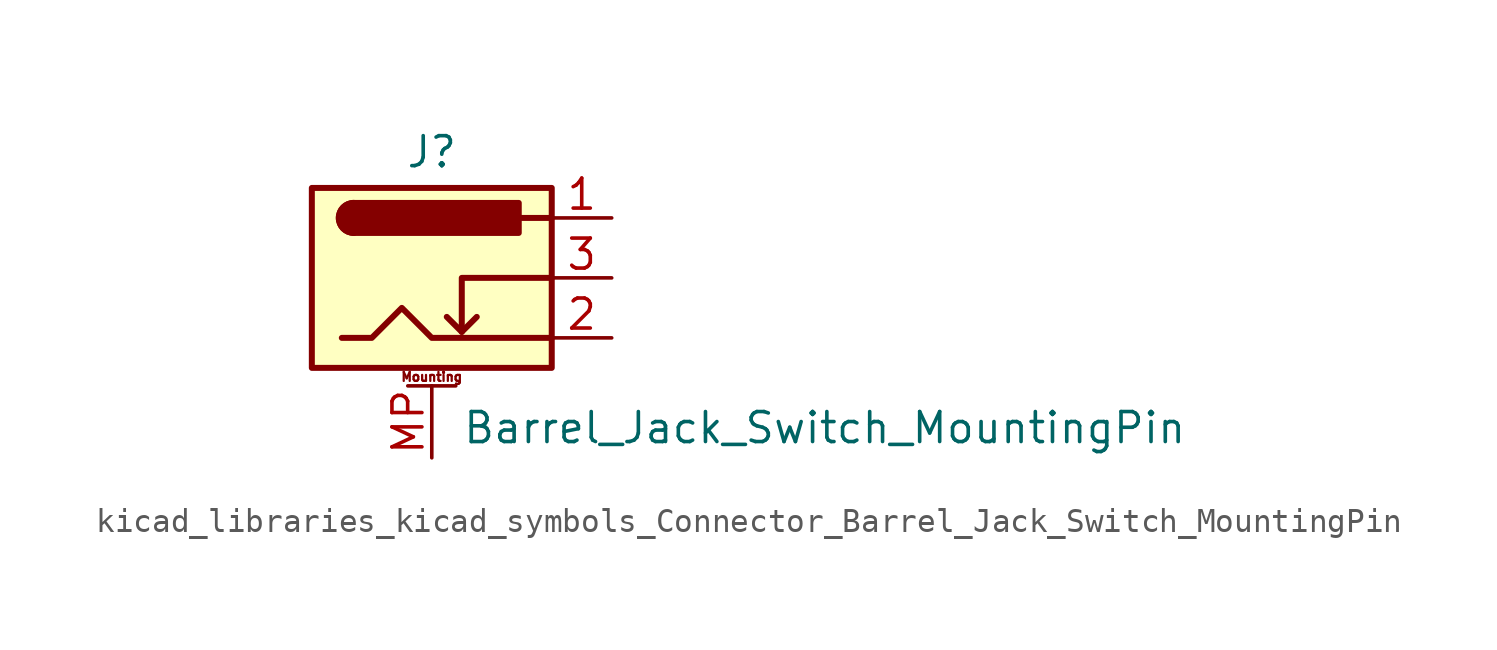
<source format=kicad_sym>
(kicad_symbol_lib
  (version 20220914)
  (generator kicad_symbol_editor)
  (symbol "kicad_libraries_kicad_symbols_Connector_Barrel_Jack_Switch_MountingPin"
    (pin_names hide)
    (property "Reference" "J"
      (at 0 5.334 0)
      (effects (font (size 1.27 1.27))))
    (property "Value" "Barrel_Jack_Switch_MountingPin"
      (at 1.27 -6.35 0)
      (effects (font (size 1.27 1.27)) (justify left)))
    (symbol "kicad_libraries_kicad_symbols_Connector_Barrel_Jack_Switch_MountingPin_0_1"
      (rectangle (start -5.08 3.81) (end 5.08 -3.81) (stroke (width 0.254) (type default)) (fill (type background)))
      (arc (start -3.302 3.175) (mid -3.9343 2.54) (end -3.302 1.905) (stroke (width 0.254) (type default)) (fill (type none)))
      (arc (start -3.302 3.175) (mid -3.9343 2.54) (end -3.302 1.905) (stroke (width 0.254) (type default)) (fill (type outline)))
      (polyline (pts (xy 1.27 -2.286) (xy 1.905 -1.651)) (stroke (width 0.254) (type default)) (fill (type none)))
      (polyline (pts (xy 5.08 2.54) (xy 3.81 2.54)) (stroke (width 0.254) (type default)) (fill (type none)))
      (polyline (pts (xy 5.08 0) (xy 1.27 0) (xy 1.27 -2.286) (xy 0.635 -1.651)) (stroke (width 0.254) (type default)) (fill (type none)))
      (polyline (pts (xy -3.81 -2.54) (xy -2.54 -2.54) (xy -1.27 -1.27) (xy 0 -2.54) (xy 2.54 -2.54) (xy 5.08 -2.54)) (stroke (width 0.254) (type default)) (fill (type none)))
      (rectangle (start 3.683 3.175) (end -3.302 1.905) (stroke (width 0.254) (type default)) (fill (type outline))))
    (symbol "kicad_libraries_kicad_symbols_Connector_Barrel_Jack_Switch_MountingPin_1_1"
      (polyline (pts (xy -1.016 -4.572) (xy 1.016 -4.572)) (stroke (width 0.152) (type default)) (fill (type none)))
      (text "Mounting" (at 0 -4.191 0) (effects (font (size 0.381 0.381))))
      (pin passive line (at 7.62 2.54 180) (length 2.54) (name "~" (effects (font (size 1.27 1.27)))) (number "1" (effects (font (size 1.27 1.27)))))
      (pin passive line (at 7.62 -2.54 180) (length 2.54) (name "~" (effects (font (size 1.27 1.27)))) (number "2" (effects (font (size 1.27 1.27)))))
      (pin passive line (at 7.62 0 180) (length 2.54) (name "~" (effects (font (size 1.27 1.27)))) (number "3" (effects (font (size 1.27 1.27)))))
      (pin passive line (at 0 -7.62 90) (length 3.048) (name "MountPin" (effects (font (size 1.27 1.27)))) (number "MP" (effects (font (size 1.27 1.27))))))))
</source>
